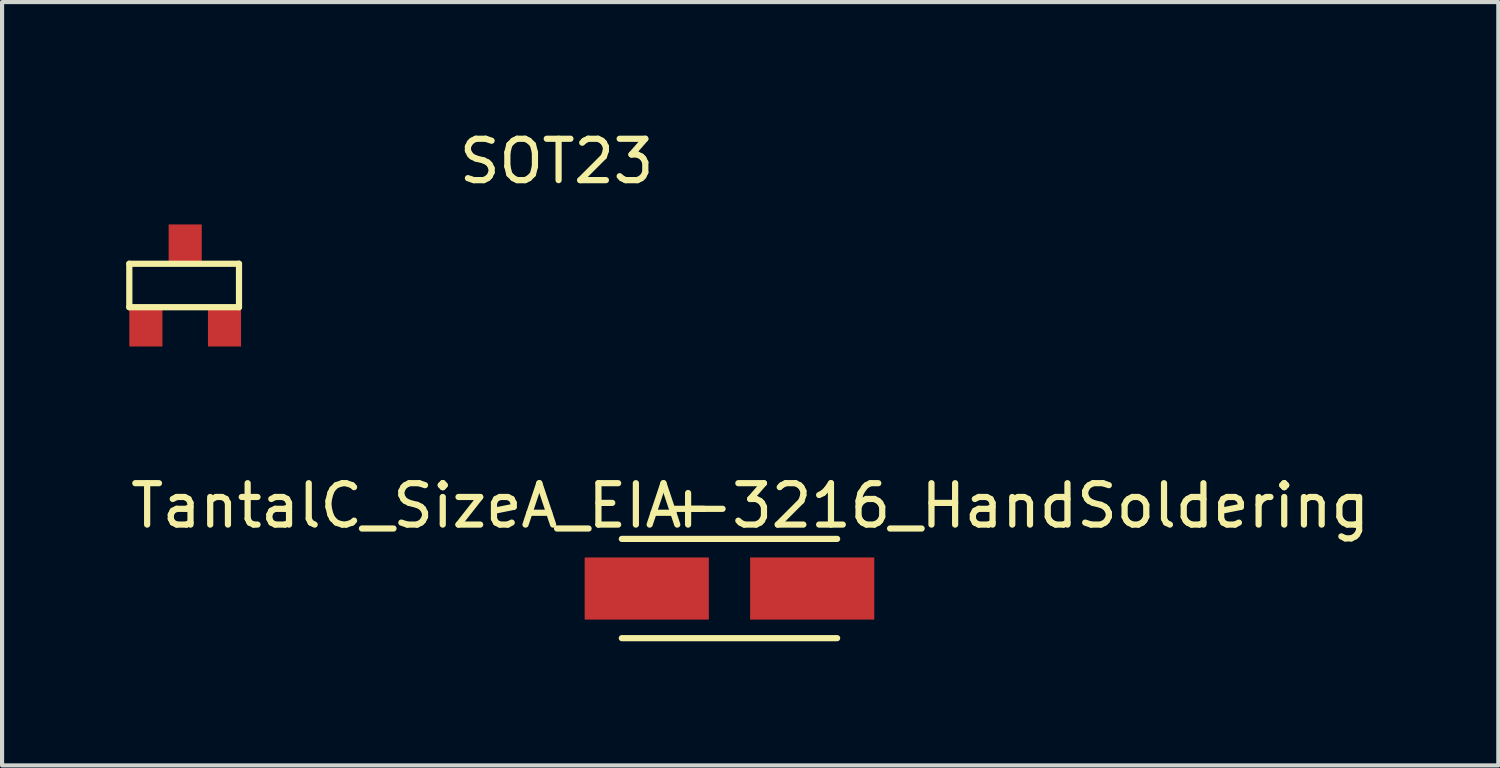
<source format=kicad_pcb>
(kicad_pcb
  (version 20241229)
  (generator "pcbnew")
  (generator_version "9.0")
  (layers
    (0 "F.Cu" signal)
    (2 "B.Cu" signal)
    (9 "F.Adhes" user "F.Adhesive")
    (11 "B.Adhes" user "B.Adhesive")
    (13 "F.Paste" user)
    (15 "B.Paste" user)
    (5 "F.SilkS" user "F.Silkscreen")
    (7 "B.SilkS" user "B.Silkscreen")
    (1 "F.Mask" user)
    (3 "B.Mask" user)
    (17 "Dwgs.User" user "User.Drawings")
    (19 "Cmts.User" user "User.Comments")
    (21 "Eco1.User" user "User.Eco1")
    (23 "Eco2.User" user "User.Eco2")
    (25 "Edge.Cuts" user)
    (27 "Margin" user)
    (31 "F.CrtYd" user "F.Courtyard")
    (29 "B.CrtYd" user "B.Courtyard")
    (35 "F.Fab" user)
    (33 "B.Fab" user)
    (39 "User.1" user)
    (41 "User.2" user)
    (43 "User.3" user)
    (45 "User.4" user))
  (footprint "TantalC_SizeA_EIA-3216_HandSoldering"
    (layer "F.Cu")
    (at 14.577 11.171)
    (property "Reference" "TantalC_SizeA_EIA-3216_HandSoldering" (at 0.5 -2 0) (layer "F.SilkS") (effects (font (size 1 1) (thickness 0.15))))
    (attr smd)
    (fp_line (start -2.601 1.199) (end 2.601 1.199) (stroke (width 0.15) (type solid)) (layer "F.SilkS"))
    (fp_line (start 2.601 -1.199) (end -2.601 -1.199) (stroke (width 0.15) (type solid)) (layer "F.SilkS"))
    (fp_text user "+" (at -1 -2 0) (layer "F.SilkS") (effects (font (size 1 1) (thickness 0.15))))
    (pad "1" smd rect (at -1.999 0) (size 3 1.501) (layers "F.Cu" "F.Mask" "F.Paste"))
    (pad "2" smd rect (at 1.999 0) (size 3 1.501) (layers "F.Cu" "F.Mask" "F.Paste")))
  (footprint "SOT23"
    (layer "F.Cu")
    (at 1.4 3.848)
    (property "Reference" "SOT23" (at 9 -3 0) (layer "F.SilkS") (effects (font (size 1 1) (thickness 0.15))))
    (attr through_hole)
    (fp_line (start -1.325 -0.525) (end 1.325 -0.525) (stroke (width 0.15) (type solid)) (layer "F.SilkS"))
    (fp_line (start -1.325 0.525) (end -1.325 -0.525) (stroke (width 0.15) (type solid)) (layer "F.SilkS"))
    (fp_line (start -1.325 0.525) (end 1.325 0.525) (stroke (width 0.15) (type solid)) (layer "F.SilkS"))
    (fp_line (start 1.325 0.525) (end 1.325 -0.525) (stroke (width 0.15) (type solid)) (layer "F.SilkS"))
    (pad "D" smd rect (at 0.025 -1.025) (size 0.8 0.9) (layers "F.Cu" "F.Mask" "F.Paste"))
    (pad "G" smd rect (at -0.925 1.025) (size 0.8 0.9) (layers "F.Cu" "F.Mask" "F.Paste"))
    (pad "S" smd rect (at 0.975 1.025) (size 0.8 0.9) (layers "F.Cu" "F.Mask" "F.Paste")))
  (gr_rect
    (start -3 -3)
    (end 33.155 15.445)
    (stroke (width 0.1) (type default))
    (fill no)
    (layer "Edge.Cuts")))
</source>
